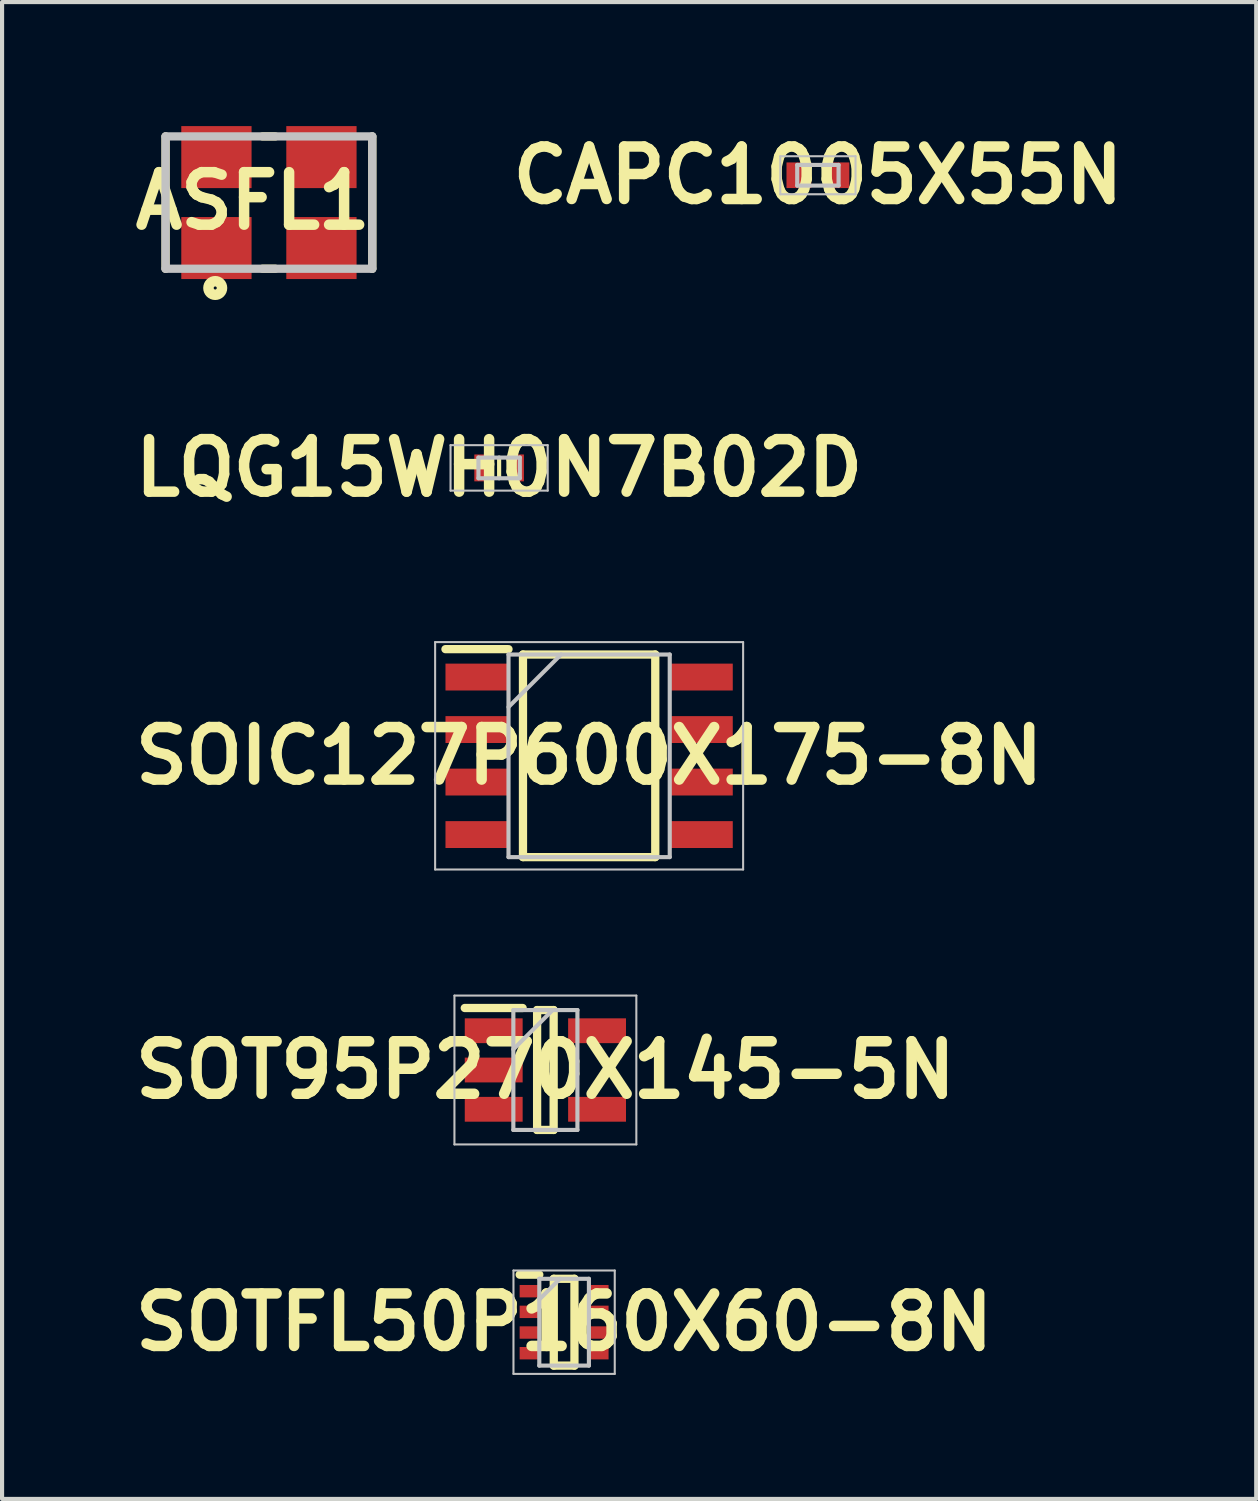
<source format=kicad_pcb>
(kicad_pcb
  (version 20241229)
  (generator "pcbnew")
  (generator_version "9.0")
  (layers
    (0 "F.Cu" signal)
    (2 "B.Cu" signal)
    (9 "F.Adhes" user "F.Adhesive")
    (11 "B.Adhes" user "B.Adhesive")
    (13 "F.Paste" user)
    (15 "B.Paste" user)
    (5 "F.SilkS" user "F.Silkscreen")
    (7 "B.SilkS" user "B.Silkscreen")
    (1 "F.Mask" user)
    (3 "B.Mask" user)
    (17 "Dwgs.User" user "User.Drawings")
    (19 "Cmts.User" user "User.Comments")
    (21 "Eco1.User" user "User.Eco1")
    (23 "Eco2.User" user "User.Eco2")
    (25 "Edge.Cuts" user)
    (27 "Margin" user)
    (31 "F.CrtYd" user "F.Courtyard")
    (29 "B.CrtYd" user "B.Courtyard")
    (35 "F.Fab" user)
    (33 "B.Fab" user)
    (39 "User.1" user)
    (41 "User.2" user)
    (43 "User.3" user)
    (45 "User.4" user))
  (footprint "SOIC127P600X175-8N"
    (layer "F.Cu")
    (at 11.2 15.232)
    (property "Reference" "SOIC127P600X175-8N" (at 0 0 0) (layer "F.SilkS") (effects (font (size 1.27 1.27) (thickness 0.254))))
    (attr smd)
    (fp_line (start -3.475 -2.58) (end -1.95 -2.58) (stroke (width 0.2) (type solid)) (layer "F.SilkS"))
    (fp_line (start -1.6 -2.45) (end 1.6 -2.45) (stroke (width 0.2) (type solid)) (layer "F.SilkS"))
    (fp_line (start -1.6 2.45) (end -1.6 -2.45) (stroke (width 0.2) (type solid)) (layer "F.SilkS"))
    (fp_line (start 1.6 -2.45) (end 1.6 2.45) (stroke (width 0.2) (type solid)) (layer "F.SilkS"))
    (fp_line (start 1.6 2.45) (end -1.6 2.45) (stroke (width 0.2) (type solid)) (layer "F.SilkS"))
    (fp_line (start -3.725 -2.75) (end 3.725 -2.75) (stroke (width 0.05) (type solid)) (layer "Dwgs.User"))
    (fp_line (start -3.725 2.75) (end -3.725 -2.75) (stroke (width 0.05) (type solid)) (layer "Dwgs.User"))
    (fp_line (start -1.95 -2.45) (end 1.95 -2.45) (stroke (width 0.1) (type solid)) (layer "Dwgs.User"))
    (fp_line (start -1.95 -1.18) (end -0.68 -2.45) (stroke (width 0.1) (type solid)) (layer "Dwgs.User"))
    (fp_line (start -1.95 2.45) (end -1.95 -2.45) (stroke (width 0.1) (type solid)) (layer "Dwgs.User"))
    (fp_line (start 1.95 -2.45) (end 1.95 2.45) (stroke (width 0.1) (type solid)) (layer "Dwgs.User"))
    (fp_line (start 1.95 2.45) (end -1.95 2.45) (stroke (width 0.1) (type solid)) (layer "Dwgs.User"))
    (fp_line (start 3.725 -2.75) (end 3.725 2.75) (stroke (width 0.05) (type solid)) (layer "Dwgs.User"))
    (fp_line (start 3.725 2.75) (end -3.725 2.75) (stroke (width 0.05) (type solid)) (layer "Dwgs.User"))
    (pad "1" smd rect (at -2.712 -1.905 90) (size 0.65 1.525) (layers "F.Cu" "F.Mask" "F.Paste"))
    (pad "2" smd rect (at -2.712 -0.635 90) (size 0.65 1.525) (layers "F.Cu" "F.Mask" "F.Paste"))
    (pad "3" smd rect (at -2.712 0.635 90) (size 0.65 1.525) (layers "F.Cu" "F.Mask" "F.Paste"))
    (pad "4" smd rect (at -2.712 1.905 90) (size 0.65 1.525) (layers "F.Cu" "F.Mask" "F.Paste"))
    (pad "5" smd rect (at 2.712 1.905 90) (size 0.65 1.525) (layers "F.Cu" "F.Mask" "F.Paste"))
    (pad "6" smd rect (at 2.712 0.635 90) (size 0.65 1.525) (layers "F.Cu" "F.Mask" "F.Paste"))
    (pad "7" smd rect (at 2.712 -0.635 90) (size 0.65 1.525) (layers "F.Cu" "F.Mask" "F.Paste"))
    (pad "8" smd rect (at 2.712 -1.905 90) (size 0.65 1.525) (layers "F.Cu" "F.Mask" "F.Paste")))
  (footprint "CAPC1005X55N"
    (layer "F.Cu")
    (at 16.734 1.189)
    (property "Reference" "CAPC1005X55N" (at 0 0 0) (layer "F.SilkS") (effects (font (size 1.27 1.27) (thickness 0.254))))
    (attr smd)
    (fp_line (start -0.91 -0.46) (end 0.91 -0.46) (stroke (width 0.05) (type solid)) (layer "Dwgs.User"))
    (fp_line (start -0.91 0.46) (end -0.91 -0.46) (stroke (width 0.05) (type solid)) (layer "Dwgs.User"))
    (fp_line (start -0.5 -0.25) (end 0.5 -0.25) (stroke (width 0.1) (type solid)) (layer "Dwgs.User"))
    (fp_line (start -0.5 0.25) (end -0.5 -0.25) (stroke (width 0.1) (type solid)) (layer "Dwgs.User"))
    (fp_line (start 0.5 -0.25) (end 0.5 0.25) (stroke (width 0.1) (type solid)) (layer "Dwgs.User"))
    (fp_line (start 0.5 0.25) (end -0.5 0.25) (stroke (width 0.1) (type solid)) (layer "Dwgs.User"))
    (fp_line (start 0.91 -0.46) (end 0.91 0.46) (stroke (width 0.05) (type solid)) (layer "Dwgs.User"))
    (fp_line (start 0.91 0.46) (end -0.91 0.46) (stroke (width 0.05) (type solid)) (layer "Dwgs.User"))
    (pad "1" smd rect (at -0.46 0) (size 0.6 0.62) (layers "F.Cu" "F.Mask" "F.Paste"))
    (pad "2" smd rect (at 0.46 0) (size 0.6 0.62) (layers "F.Cu" "F.Mask" "F.Paste")))
  (footprint "SOTFL50P160X60-8N"
    (layer "F.Cu")
    (at 10.595 28.932)
    (property "Reference" "SOTFL50P160X60-8N" (at 0 0 0) (layer "F.SilkS") (effects (font (size 1.27 1.27) (thickness 0.254))))
    (attr smd)
    (fp_line (start -1.075 -1.15) (end -0.6 -1.15) (stroke (width 0.2) (type solid)) (layer "F.SilkS"))
    (fp_line (start -0.25 -1.05) (end 0.25 -1.05) (stroke (width 0.2) (type solid)) (layer "F.SilkS"))
    (fp_line (start -0.25 1.05) (end -0.25 -1.05) (stroke (width 0.2) (type solid)) (layer "F.SilkS"))
    (fp_line (start 0.25 -1.05) (end 0.25 1.05) (stroke (width 0.2) (type solid)) (layer "F.SilkS"))
    (fp_line (start 0.25 1.05) (end -0.25 1.05) (stroke (width 0.2) (type solid)) (layer "F.SilkS"))
    (fp_line (start -1.225 -1.25) (end 1.225 -1.25) (stroke (width 0.05) (type solid)) (layer "Dwgs.User"))
    (fp_line (start -1.225 1.25) (end -1.225 -1.25) (stroke (width 0.05) (type solid)) (layer "Dwgs.User"))
    (fp_line (start -0.6 -1.05) (end 0.6 -1.05) (stroke (width 0.1) (type solid)) (layer "Dwgs.User"))
    (fp_line (start -0.6 -0.55) (end -0.1 -1.05) (stroke (width 0.1) (type solid)) (layer "Dwgs.User"))
    (fp_line (start -0.6 1.05) (end -0.6 -1.05) (stroke (width 0.1) (type solid)) (layer "Dwgs.User"))
    (fp_line (start 0.6 -1.05) (end 0.6 1.05) (stroke (width 0.1) (type solid)) (layer "Dwgs.User"))
    (fp_line (start 0.6 1.05) (end -0.6 1.05) (stroke (width 0.1) (type solid)) (layer "Dwgs.User"))
    (fp_line (start 1.225 -1.25) (end 1.225 1.25) (stroke (width 0.05) (type solid)) (layer "Dwgs.User"))
    (fp_line (start 1.225 1.25) (end -1.225 1.25) (stroke (width 0.05) (type solid)) (layer "Dwgs.User"))
    (pad "1" smd rect (at -0.838 -0.75 90) (size 0.3 0.475) (layers "F.Cu" "F.Mask" "F.Paste"))
    (pad "2" smd rect (at -0.838 -0.25 90) (size 0.3 0.475) (layers "F.Cu" "F.Mask" "F.Paste"))
    (pad "3" smd rect (at -0.838 0.25 90) (size 0.3 0.475) (layers "F.Cu" "F.Mask" "F.Paste"))
    (pad "4" smd rect (at -0.838 0.75 90) (size 0.3 0.475) (layers "F.Cu" "F.Mask" "F.Paste"))
    (pad "5" smd rect (at 0.838 0.75 90) (size 0.3 0.475) (layers "F.Cu" "F.Mask" "F.Paste"))
    (pad "6" smd rect (at 0.838 0.25 90) (size 0.3 0.475) (layers "F.Cu" "F.Mask" "F.Paste"))
    (pad "7" smd rect (at 0.838 -0.25 90) (size 0.3 0.475) (layers "F.Cu" "F.Mask" "F.Paste"))
    (pad "8" smd rect (at 0.838 -0.75 90) (size 0.3 0.475) (layers "F.Cu" "F.Mask" "F.Paste")))
  (footprint "LQG15WH0N7B02D"
    (layer "F.Cu")
    (at 9.023 8.268)
    (property "Reference" "LQG15WH0N7B02D" (at 0 0 0) (layer "F.SilkS") (effects (font (size 1.27 1.27) (thickness 0.254))))
    (attr smd)
    (fp_line (start 0 -0.25) (end 0 0.25) (stroke (width 0.1) (type solid)) (layer "F.SilkS"))
    (fp_line (start -1.175 -0.55) (end 1.175 -0.55) (stroke (width 0.05) (type solid)) (layer "Dwgs.User"))
    (fp_line (start -1.175 0.55) (end -1.175 -0.55) (stroke (width 0.05) (type solid)) (layer "Dwgs.User"))
    (fp_line (start -0.5 -0.25) (end 0.5 -0.25) (stroke (width 0.1) (type solid)) (layer "Dwgs.User"))
    (fp_line (start -0.5 0.25) (end -0.5 -0.25) (stroke (width 0.1) (type solid)) (layer "Dwgs.User"))
    (fp_line (start 0.5 -0.25) (end 0.5 0.25) (stroke (width 0.1) (type solid)) (layer "Dwgs.User"))
    (fp_line (start 0.5 0.25) (end -0.5 0.25) (stroke (width 0.1) (type solid)) (layer "Dwgs.User"))
    (fp_line (start 1.175 -0.55) (end 1.175 0.55) (stroke (width 0.05) (type solid)) (layer "Dwgs.User"))
    (fp_line (start 1.175 0.55) (end -1.175 0.55) (stroke (width 0.05) (type solid)) (layer "Dwgs.User"))
    (pad "1" smd rect (at -0.425 0) (size 0.35 0.65) (layers "F.Cu" "F.Mask" "F.Paste"))
    (pad "2" smd rect (at 0.425 0) (size 0.35 0.65) (layers "F.Cu" "F.Mask" "F.Paste")))
  (footprint "ASFL1"
    (layer "F.Cu")
    (at 3.455 1.85)
    (property "Reference" "ASFL1" (at -0.389 -0.04 0) (layer "F.SilkS") (effects (font (size 1.27 1.27) (thickness 0.254))))
    (attr smd)
    (fp_line (start -2.5 -1.6) (end -2.5 1.6) (stroke (width 0.2) (type solid)) (layer "F.SilkS"))
    (fp_line (start -0.154 -1.6) (end 0.154 -1.6) (stroke (width 0.2) (type solid)) (layer "F.SilkS"))
    (fp_line (start -0.154 1.6) (end 0.154 1.6) (stroke (width 0.2) (type solid)) (layer "F.SilkS"))
    (fp_line (start 2.5 1.6) (end 2.5 -1.6) (stroke (width 0.2) (type solid)) (layer "F.SilkS"))
    (fp_circle (center -1.299 2.066) (end -1.336 2.066) (stroke (width 0.254) (type solid)) (fill no) (layer "F.SilkS"))
    (fp_line (start -2.5 -1.6) (end 2.5 -1.6) (stroke (width 0.2) (type solid)) (layer "Dwgs.User"))
    (fp_line (start -2.5 1.6) (end -2.5 -1.6) (stroke (width 0.2) (type solid)) (layer "Dwgs.User"))
    (fp_line (start 2.5 -1.6) (end 2.5 1.6) (stroke (width 0.2) (type solid)) (layer "Dwgs.User"))
    (fp_line (start 2.5 1.6) (end -2.5 1.6) (stroke (width 0.2) (type solid)) (layer "Dwgs.User"))
    (pad "1" smd rect (at -1.27 1.1 90) (size 1.5 1.7) (layers "F.Cu" "F.Mask" "F.Paste"))
    (pad "2" smd rect (at 1.27 1.1 90) (size 1.5 1.7) (layers "F.Cu" "F.Mask" "F.Paste"))
    (pad "3" smd rect (at 1.27 -1.1 90) (size 1.5 1.7) (layers "F.Cu" "F.Mask" "F.Paste"))
    (pad "4" smd rect (at -1.27 -1.1 90) (size 1.5 1.7) (layers "F.Cu" "F.Mask" "F.Paste")))
  (footprint "SOT95P270X145-5N"
    (layer "F.Cu")
    (at 10.142 22.832)
    (property "Reference" "SOT95P270X145-5N" (at 0 0 0) (layer "F.SilkS") (effects (font (size 1.27 1.27) (thickness 0.254))))
    (attr smd)
    (fp_line (start -1.95 -1.5) (end -0.55 -1.5) (stroke (width 0.2) (type solid)) (layer "F.SilkS"))
    (fp_line (start -0.2 -1.45) (end 0.2 -1.45) (stroke (width 0.2) (type solid)) (layer "F.SilkS"))
    (fp_line (start -0.2 1.45) (end -0.2 -1.45) (stroke (width 0.2) (type solid)) (layer "F.SilkS"))
    (fp_line (start 0.2 -1.45) (end 0.2 1.45) (stroke (width 0.2) (type solid)) (layer "F.SilkS"))
    (fp_line (start 0.2 1.45) (end -0.2 1.45) (stroke (width 0.2) (type solid)) (layer "F.SilkS"))
    (fp_line (start -2.2 -1.8) (end 2.2 -1.8) (stroke (width 0.05) (type solid)) (layer "Dwgs.User"))
    (fp_line (start -2.2 1.8) (end -2.2 -1.8) (stroke (width 0.05) (type solid)) (layer "Dwgs.User"))
    (fp_line (start -0.775 -1.45) (end 0.775 -1.45) (stroke (width 0.1) (type solid)) (layer "Dwgs.User"))
    (fp_line (start -0.775 -0.5) (end 0.175 -1.45) (stroke (width 0.1) (type solid)) (layer "Dwgs.User"))
    (fp_line (start -0.775 1.45) (end -0.775 -1.45) (stroke (width 0.1) (type solid)) (layer "Dwgs.User"))
    (fp_line (start 0.775 -1.45) (end 0.775 1.45) (stroke (width 0.1) (type solid)) (layer "Dwgs.User"))
    (fp_line (start 0.775 1.45) (end -0.775 1.45) (stroke (width 0.1) (type solid)) (layer "Dwgs.User"))
    (fp_line (start 2.2 -1.8) (end 2.2 1.8) (stroke (width 0.05) (type solid)) (layer "Dwgs.User"))
    (fp_line (start 2.2 1.8) (end -2.2 1.8) (stroke (width 0.05) (type solid)) (layer "Dwgs.User"))
    (pad "1" smd rect (at -1.25 -0.95 90) (size 0.6 1.4) (layers "F.Cu" "F.Mask" "F.Paste"))
    (pad "2" smd rect (at -1.25 0 90) (size 0.6 1.4) (layers "F.Cu" "F.Mask" "F.Paste"))
    (pad "3" smd rect (at -1.25 0.95 90) (size 0.6 1.4) (layers "F.Cu" "F.Mask" "F.Paste"))
    (pad "4" smd rect (at 1.25 0.95 90) (size 0.6 1.4) (layers "F.Cu" "F.Mask" "F.Paste"))
    (pad "5" smd rect (at 1.25 -0.95 90) (size 0.6 1.4) (layers "F.Cu" "F.Mask" "F.Paste")))
  (gr_rect
    (start -3 -3)
    (end 27.336 33.207)
    (stroke (width 0.1) (type default))
    (fill no)
    (layer "Edge.Cuts")))
</source>
